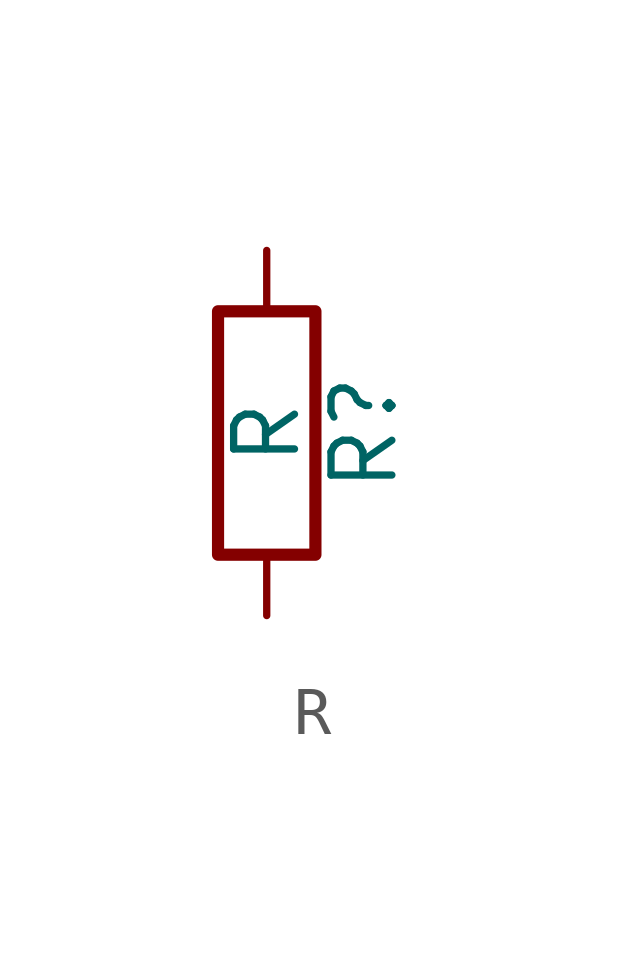
<source format=kicad_sym>
(kicad_symbol_lib
  (version 20241209)
  (generator "kicad_symbol_editor")
  (generator_version "9.0")
  (symbol "R"
    (pin_numbers
      (hide yes))
    (pin_names
      (offset 0))
    (property "Reference" "R"
      (at 2.032 -3.81 90)
      (effects (font (size 1.27 1.27))))
    (property "Value" "R"
      (at 0 -3.81 90)
      (effects (font (size 1.27 1.27))))
    (symbol "R_0_1"
      (rectangle (start -1.016 -6.35) (end 1.016 -1.27) (stroke (width 0.254) (type default)) (fill (type none))))
    (symbol "R_1_1"
      (pin passive line (at 0 0 270) (length 1.27) (name "~" (effects (font (size 1.27 1.27)))) (number "1" (effects (font (size 1.27 1.27)))))
      (pin passive line (at 0 -7.62 90) (length 1.27) (name "~" (effects (font (size 1.27 1.27)))) (number "2" (effects (font (size 1.27 1.27))))))))
</source>
